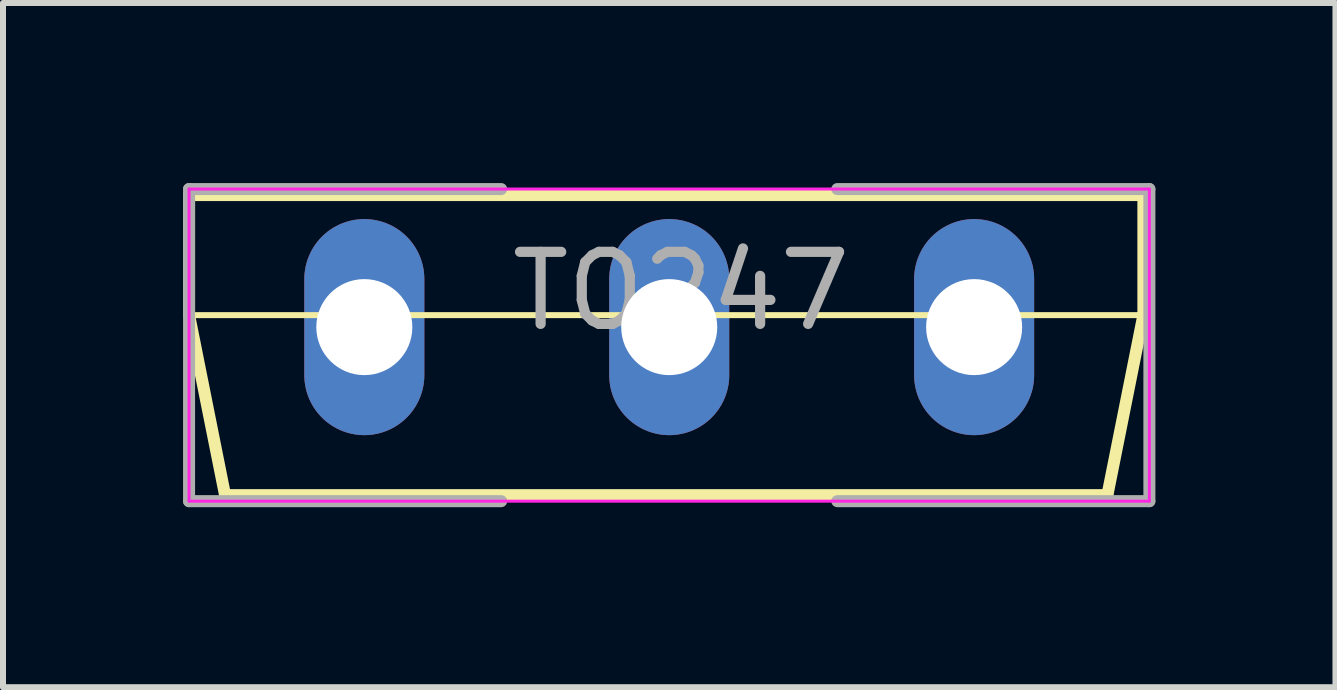
<source format=kicad_pcb>
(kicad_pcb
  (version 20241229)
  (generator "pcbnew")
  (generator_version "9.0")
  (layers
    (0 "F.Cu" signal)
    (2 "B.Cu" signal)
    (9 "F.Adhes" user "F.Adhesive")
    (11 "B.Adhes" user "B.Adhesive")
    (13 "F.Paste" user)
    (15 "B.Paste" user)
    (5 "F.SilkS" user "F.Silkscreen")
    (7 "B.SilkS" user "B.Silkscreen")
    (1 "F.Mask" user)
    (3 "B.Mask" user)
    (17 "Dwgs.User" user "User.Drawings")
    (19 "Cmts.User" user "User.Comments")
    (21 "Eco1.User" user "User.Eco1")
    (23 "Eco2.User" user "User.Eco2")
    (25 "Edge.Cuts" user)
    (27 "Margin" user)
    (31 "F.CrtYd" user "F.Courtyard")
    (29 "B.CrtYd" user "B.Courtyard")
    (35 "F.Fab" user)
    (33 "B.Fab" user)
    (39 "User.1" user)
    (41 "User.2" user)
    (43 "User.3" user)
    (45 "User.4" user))
  (footprint "TO247"
    (layer "F.Cu")
    (at 8.1 2.4)
    (property "Reference" "TO247" (at 0.2 -0.6 0) (layer "F.Fab") (effects (font (size 1.2 1.2) (thickness 0.17))))
    (attr through_hole)
    (fp_line (start -8 -2.2) (end -8 -0.2) (stroke (width 0.2) (type solid)) (layer "F.SilkS"))
    (fp_line (start -8 -2.2) (end 7.9 -2.2) (stroke (width 0.2) (type solid)) (layer "F.SilkS"))
    (fp_line (start -8 -0.2) (end -7.4 2.8) (stroke (width 0.2) (type solid)) (layer "F.SilkS"))
    (fp_line (start -8 -0.2) (end 7.9 -0.2) (stroke (width 0.1) (type solid)) (layer "F.SilkS"))
    (fp_line (start -7.4 2.8) (end 7.3 2.8) (stroke (width 0.2) (type solid)) (layer "F.SilkS"))
    (fp_line (start 7.9 -2.2) (end 7.9 -0.2) (stroke (width 0.2) (type solid)) (layer "F.SilkS"))
    (fp_line (start 7.9 -0.2) (end 7.3 2.8) (stroke (width 0.2) (type solid)) (layer "F.SilkS"))
    (fp_line (start -8 -2.3) (end -8 2.9) (stroke (width 0.05) (type solid)) (layer "F.CrtYd"))
    (fp_line (start -8 -2.3) (end 8 -2.3) (stroke (width 0.05) (type solid)) (layer "F.CrtYd"))
    (fp_line (start -8 2.9) (end 8 2.9) (stroke (width 0.05) (type solid)) (layer "F.CrtYd"))
    (fp_line (start 8 -2.3) (end 8 2.9) (stroke (width 0.05) (type solid)) (layer "F.CrtYd"))
    (fp_line (start -8 -2.3) (end -8 2.9) (stroke (width 0.2) (type solid)) (layer "F.Fab"))
    (fp_line (start -8 -2.3) (end -2.8 -2.3) (stroke (width 0.2) (type solid)) (layer "F.Fab"))
    (fp_line (start -8 2.9) (end -2.8 2.9) (stroke (width 0.2) (type solid)) (layer "F.Fab"))
    (fp_line (start 2.8 -2.3) (end 8 -2.3) (stroke (width 0.2) (type solid)) (layer "F.Fab"))
    (fp_line (start 2.8 2.9) (end 8 2.9) (stroke (width 0.2) (type solid)) (layer "F.Fab"))
    (fp_line (start 8 -2.3) (end 8 2.9) (stroke (width 0.2) (type solid)) (layer "F.Fab"))
    (pad "1" thru_hole oval (at -5.08 0) (size 2 3.6) (drill 1.6) (layers "*.Cu" "*.Mask"))
    (pad "2" thru_hole oval (at 0 0) (size 2 3.6) (drill 1.6) (layers "*.Cu" "*.Mask"))
    (pad "3" thru_hole oval (at 5.08 0) (size 2 3.6) (drill 1.6) (layers "*.Cu" "*.Mask")))
  (gr_rect
    (start -3 -3)
    (end 19.2 8.4)
    (stroke (width 0.1) (type default))
    (fill no)
    (layer "Edge.Cuts")))
</source>
